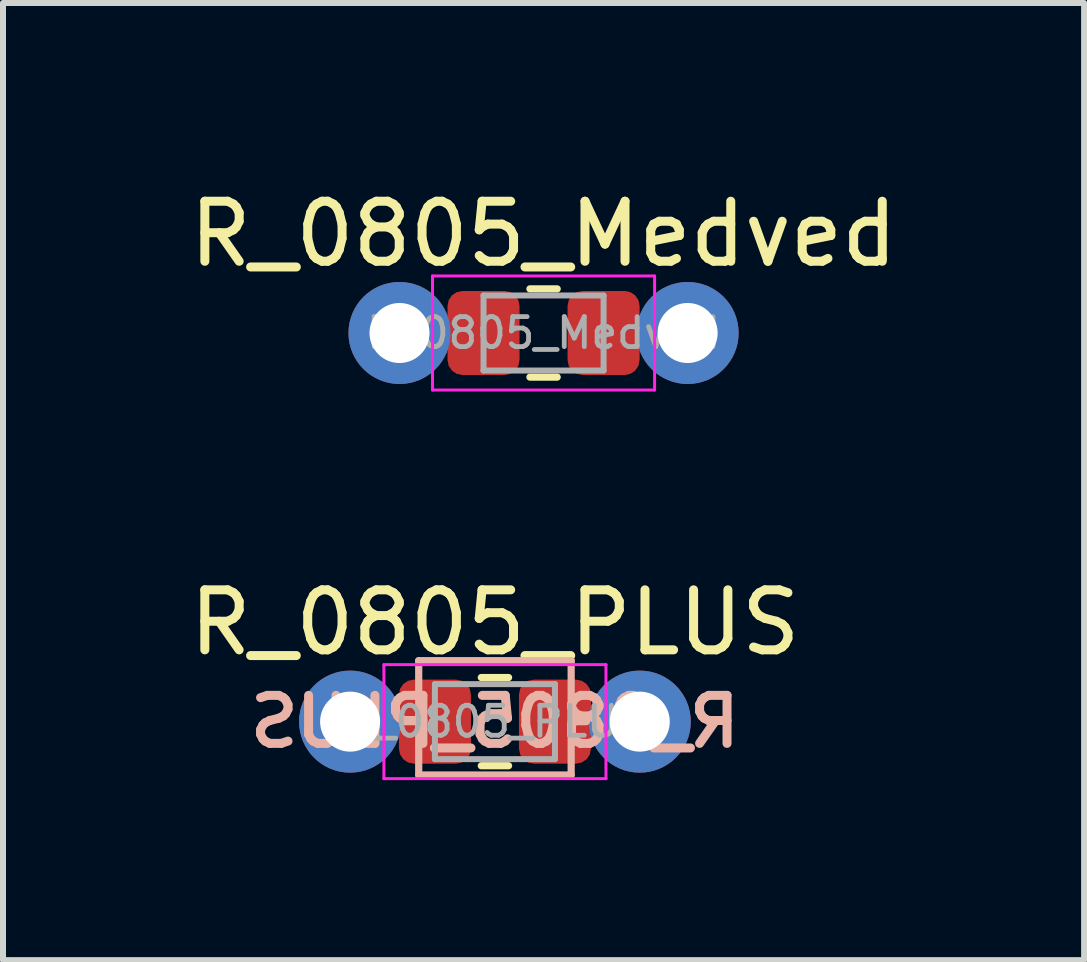
<source format=kicad_pcb>
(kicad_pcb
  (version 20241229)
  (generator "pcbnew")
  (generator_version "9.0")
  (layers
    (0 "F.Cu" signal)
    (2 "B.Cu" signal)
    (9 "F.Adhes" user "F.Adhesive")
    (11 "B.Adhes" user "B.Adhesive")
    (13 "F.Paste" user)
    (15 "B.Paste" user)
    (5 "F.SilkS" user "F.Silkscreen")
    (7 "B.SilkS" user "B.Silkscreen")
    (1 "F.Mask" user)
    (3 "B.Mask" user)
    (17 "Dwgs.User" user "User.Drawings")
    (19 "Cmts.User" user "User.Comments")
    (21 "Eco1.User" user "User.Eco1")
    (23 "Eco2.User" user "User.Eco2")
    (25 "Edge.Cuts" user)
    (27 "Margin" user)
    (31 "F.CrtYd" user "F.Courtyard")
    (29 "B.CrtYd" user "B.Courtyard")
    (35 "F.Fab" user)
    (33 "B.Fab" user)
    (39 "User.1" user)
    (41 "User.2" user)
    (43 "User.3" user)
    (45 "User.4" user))
  (footprint "R_0805_Medved"
    (layer "F.Cu")
    (at 6.006 2.498)
    (property "Reference" "R_0805_Medved" (at 0 -1.65 0) (layer "F.SilkS") (effects (font (size 1 1) (thickness 0.15))))
    (attr smd)
    (fp_line (start -0.227 -0.735) (end 0.227 -0.735) (stroke (width 0.12) (type solid)) (layer "F.SilkS"))
    (fp_line (start -0.227 0.735) (end 0.227 0.735) (stroke (width 0.12) (type solid)) (layer "F.SilkS"))
    (fp_line (start -1.85 -0.95) (end 1.85 -0.95) (stroke (width 0.05) (type solid)) (layer "F.CrtYd"))
    (fp_line (start -1.85 0.95) (end -1.85 -0.95) (stroke (width 0.05) (type solid)) (layer "F.CrtYd"))
    (fp_line (start 1.85 -0.95) (end 1.85 0.95) (stroke (width 0.05) (type solid)) (layer "F.CrtYd"))
    (fp_line (start 1.85 0.95) (end -1.85 0.95) (stroke (width 0.05) (type solid)) (layer "F.CrtYd"))
    (fp_line (start -1 -0.625) (end 1 -0.625) (stroke (width 0.1) (type solid)) (layer "F.Fab"))
    (fp_line (start -1 0.625) (end -1 -0.625) (stroke (width 0.1) (type solid)) (layer "F.Fab"))
    (fp_line (start 1 -0.625) (end 1 0.625) (stroke (width 0.1) (type solid)) (layer "F.Fab"))
    (fp_line (start 1 0.625) (end -1 0.625) (stroke (width 0.1) (type solid)) (layer "F.Fab"))
    (fp_text user "${REFERENCE}" (at 0 0 0) (layer "F.Fab") (effects (font (size 0.5 0.5) (thickness 0.08))))
    (pad "1" thru_hole circle (at -2.4 0) (size 1.7 1.7) (drill 1) (layers "*.Cu" "*.Mask"))
    (pad "1" smd roundrect (at -1 0) (size 1.2 1.4) (layers "F.Cu" "F.Mask" "F.Paste") (roundrect_rratio 0.208))
    (pad "2" smd roundrect (at 1 0) (size 1.2 1.4) (layers "F.Cu" "F.Mask" "F.Paste") (roundrect_rratio 0.208))
    (pad "2" thru_hole circle (at 2.4 0) (size 1.7 1.7) (drill 1) (layers "*.Cu" "*.Mask")))
  (footprint "R_0805_PLUS"
    (layer "F.Cu")
    (at 5.196 8.973)
    (property "Reference" "R_0805_PLUS" (at 0 -1.651 180) (layer "F.SilkS") (effects (font (size 1 1) (thickness 0.15))))
    (attr smd)
    (fp_line (start -0.227 -0.735) (end 0.227 -0.735) (stroke (width 0.12) (type solid)) (layer "F.SilkS"))
    (fp_line (start -0.227 0.735) (end 0.227 0.735) (stroke (width 0.12) (type solid)) (layer "F.SilkS"))
    (fp_line (start -1.27 -1.016) (end 1.27 -1.016) (stroke (width 0.12) (type solid)) (layer "B.SilkS"))
    (fp_line (start -1.27 0) (end -1.524 0) (stroke (width 0.12) (type solid)) (layer "B.SilkS"))
    (fp_line (start -1.27 0.889) (end -1.27 -1.016) (stroke (width 0.12) (type solid)) (layer "B.SilkS"))
    (fp_line (start 1.27 -1.016) (end 1.27 0.889) (stroke (width 0.12) (type solid)) (layer "B.SilkS"))
    (fp_line (start 1.27 0.889) (end -1.27 0.889) (stroke (width 0.12) (type solid)) (layer "B.SilkS"))
    (fp_line (start 1.524 0) (end 1.27 0) (stroke (width 0.12) (type solid)) (layer "B.SilkS"))
    (fp_line (start -1.85 -0.95) (end 1.85 -0.95) (stroke (width 0.05) (type solid)) (layer "F.CrtYd"))
    (fp_line (start -1.85 0.95) (end -1.85 -0.95) (stroke (width 0.05) (type solid)) (layer "F.CrtYd"))
    (fp_line (start 1.85 -0.95) (end 1.85 0.95) (stroke (width 0.05) (type solid)) (layer "F.CrtYd"))
    (fp_line (start 1.85 0.95) (end -1.85 0.95) (stroke (width 0.05) (type solid)) (layer "F.CrtYd"))
    (fp_line (start -1 -0.625) (end 1 -0.625) (stroke (width 0.1) (type solid)) (layer "F.Fab"))
    (fp_line (start -1 0.625) (end -1 -0.625) (stroke (width 0.1) (type solid)) (layer "F.Fab"))
    (fp_line (start 1 -0.625) (end 1 0.625) (stroke (width 0.1) (type solid)) (layer "F.Fab"))
    (fp_line (start 1 0.625) (end -1 0.625) (stroke (width 0.1) (type solid)) (layer "F.Fab"))
    (fp_text user "${REFERENCE}" (at 0 0 0) (unlocked yes) (layer "B.SilkS") (effects (font (size 0.8 0.8) (thickness 0.15)) (justify mirror)))
    (fp_text user "${REFERENCE}" (at 0 0 180) (layer "F.Fab") (effects (font (size 0.5 0.5) (thickness 0.08))))
    (pad "1" thru_hole circle (at -2.413 0) (size 1.7 1.7) (drill 1) (layers "*.Cu" "*.Mask"))
    (pad "1" smd roundrect (at -1 0) (size 1.2 1.4) (layers "F.Cu" "F.Mask" "F.Paste") (roundrect_rratio 0.208))
    (pad "2" smd roundrect (at 1 0) (size 1.2 1.4) (layers "F.Cu" "F.Mask" "F.Paste") (roundrect_rratio 0.208))
    (pad "2" thru_hole circle (at 2.413 0) (size 1.7 1.7) (drill 1) (layers "*.Cu" "*.Mask")))
  (gr_rect
    (start -3 -3)
    (end 15.012 12.947)
    (stroke (width 0.1) (type default))
    (fill no)
    (layer "Edge.Cuts")))
</source>
